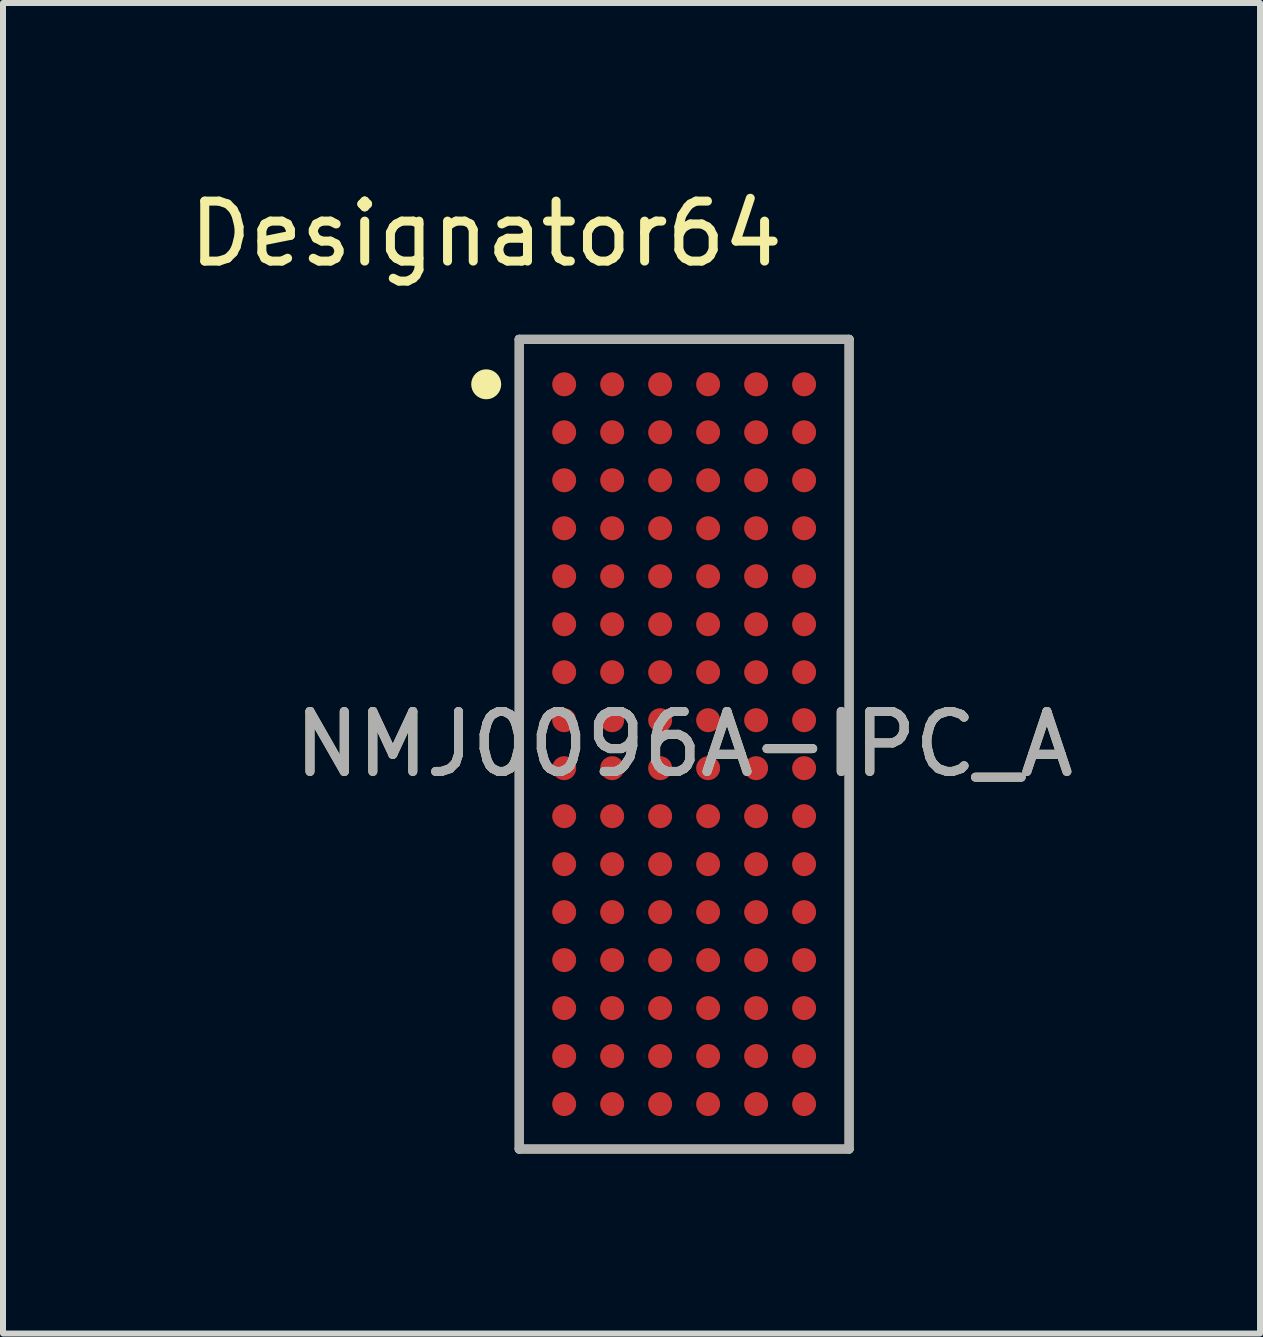
<source format=kicad_pcb>
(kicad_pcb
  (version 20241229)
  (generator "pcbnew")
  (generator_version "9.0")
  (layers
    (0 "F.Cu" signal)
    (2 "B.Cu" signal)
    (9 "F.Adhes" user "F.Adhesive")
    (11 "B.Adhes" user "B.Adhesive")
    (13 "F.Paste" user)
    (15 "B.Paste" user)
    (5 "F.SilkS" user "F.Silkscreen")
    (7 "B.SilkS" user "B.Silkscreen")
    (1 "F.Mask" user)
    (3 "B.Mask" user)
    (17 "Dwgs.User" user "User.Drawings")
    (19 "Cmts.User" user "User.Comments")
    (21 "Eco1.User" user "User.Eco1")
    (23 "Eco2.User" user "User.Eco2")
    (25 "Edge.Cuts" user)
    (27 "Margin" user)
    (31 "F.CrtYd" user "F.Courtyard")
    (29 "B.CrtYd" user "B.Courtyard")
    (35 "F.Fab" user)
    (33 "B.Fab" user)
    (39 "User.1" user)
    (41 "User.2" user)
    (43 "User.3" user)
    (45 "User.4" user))
  (footprint "NMJ0096A-IPC_A"
    (layer "F.Cu")
    (at 8.356 9.357)
    (property "Reference" "NMJ0096A-IPC_A" (at 0 0 0) (unlocked yes) (layer "F.SilkS") (effects (font (size 1 1) (thickness 0.15))))
    (attr smd)
    (fp_line (start -2.75 -6.75) (end 2.75 -6.75) (stroke (width 0.15) (type solid)) (layer "F.SilkS"))
    (fp_line (start -2.75 6.75) (end -2.75 -6.75) (stroke (width 0.15) (type solid)) (layer "F.SilkS"))
    (fp_line (start -2.75 6.75) (end 2.75 6.75) (stroke (width 0.15) (type solid)) (layer "F.SilkS"))
    (fp_line (start 2.75 6.75) (end 2.75 -6.75) (stroke (width 0.15) (type solid)) (layer "F.SilkS"))
    (fp_circle (center -3.3 -6) (end -3.175 -6) (stroke (width 0.25) (type solid)) (fill no) (layer "F.SilkS"))
    (fp_line (start -2.75 -6.75) (end 2.75 -6.75) (stroke (width 0.15) (type solid)) (layer "F.Fab"))
    (fp_line (start -2.75 6.75) (end -2.75 -6.75) (stroke (width 0.15) (type solid)) (layer "F.Fab"))
    (fp_line (start -2.75 6.75) (end 2.75 6.75) (stroke (width 0.15) (type solid)) (layer "F.Fab"))
    (fp_line (start 2.75 6.75) (end 2.75 -6.75) (stroke (width 0.15) (type solid)) (layer "F.Fab"))
    (fp_text user "Designator64" (at -3.302 -8.509 0) (unlocked yes) (layer "F.SilkS") (effects (font (size 1 1) (thickness 0.15))))
    (fp_text user "${REFERENCE}" (at 0 0 0) (unlocked yes) (layer "F.Fab") (effects (font (size 1 1) (thickness 0.15))))
    (pad "A1" smd circle (at -2 -6) (size 0.4 0.4) (layers "F.Cu" "F.Mask" "F.Paste"))
    (pad "A2" smd circle (at -1.2 -6) (size 0.4 0.4) (layers "F.Cu" "F.Mask" "F.Paste"))
    (pad "A3" smd circle (at -0.4 -6) (size 0.4 0.4) (layers "F.Cu" "F.Mask" "F.Paste"))
    (pad "A4" smd circle (at 0.4 -6) (size 0.4 0.4) (layers "F.Cu" "F.Mask" "F.Paste"))
    (pad "A5" smd circle (at 1.2 -6) (size 0.4 0.4) (layers "F.Cu" "F.Mask" "F.Paste"))
    (pad "A6" smd circle (at 2 -6) (size 0.4 0.4) (layers "F.Cu" "F.Mask" "F.Paste"))
    (pad "B1" smd circle (at -2 -5.2) (size 0.4 0.4) (layers "F.Cu" "F.Mask" "F.Paste"))
    (pad "B2" smd circle (at -1.2 -5.2) (size 0.4 0.4) (layers "F.Cu" "F.Mask" "F.Paste"))
    (pad "B3" smd circle (at -0.4 -5.2) (size 0.4 0.4) (layers "F.Cu" "F.Mask" "F.Paste"))
    (pad "B4" smd circle (at 0.4 -5.2) (size 0.4 0.4) (layers "F.Cu" "F.Mask" "F.Paste"))
    (pad "B5" smd circle (at 1.2 -5.2) (size 0.4 0.4) (layers "F.Cu" "F.Mask" "F.Paste"))
    (pad "B6" smd circle (at 2 -5.2) (size 0.4 0.4) (layers "F.Cu" "F.Mask" "F.Paste"))
    (pad "C1" smd circle (at -2 -4.4) (size 0.4 0.4) (layers "F.Cu" "F.Mask" "F.Paste"))
    (pad "C2" smd circle (at -1.2 -4.4) (size 0.4 0.4) (layers "F.Cu" "F.Mask" "F.Paste"))
    (pad "C3" smd circle (at -0.4 -4.4) (size 0.4 0.4) (layers "F.Cu" "F.Mask" "F.Paste"))
    (pad "C4" smd circle (at 0.4 -4.4) (size 0.4 0.4) (layers "F.Cu" "F.Mask" "F.Paste"))
    (pad "C5" smd circle (at 1.2 -4.4) (size 0.4 0.4) (layers "F.Cu" "F.Mask" "F.Paste"))
    (pad "C6" smd circle (at 2 -4.4) (size 0.4 0.4) (layers "F.Cu" "F.Mask" "F.Paste"))
    (pad "D1" smd circle (at -2 -3.6) (size 0.4 0.4) (layers "F.Cu" "F.Mask" "F.Paste"))
    (pad "D2" smd circle (at -1.2 -3.6) (size 0.4 0.4) (layers "F.Cu" "F.Mask" "F.Paste"))
    (pad "D3" smd circle (at -0.4 -3.6) (size 0.4 0.4) (layers "F.Cu" "F.Mask" "F.Paste"))
    (pad "D4" smd circle (at 0.4 -3.6) (size 0.4 0.4) (layers "F.Cu" "F.Mask" "F.Paste"))
    (pad "D5" smd circle (at 1.2 -3.6) (size 0.4 0.4) (layers "F.Cu" "F.Mask" "F.Paste"))
    (pad "D6" smd circle (at 2 -3.6) (size 0.4 0.4) (layers "F.Cu" "F.Mask" "F.Paste"))
    (pad "E1" smd circle (at -2 -2.8) (size 0.4 0.4) (layers "F.Cu" "F.Mask" "F.Paste"))
    (pad "E2" smd circle (at -1.2 -2.8) (size 0.4 0.4) (layers "F.Cu" "F.Mask" "F.Paste"))
    (pad "E3" smd circle (at -0.4 -2.8) (size 0.4 0.4) (layers "F.Cu" "F.Mask" "F.Paste"))
    (pad "E4" smd circle (at 0.4 -2.8) (size 0.4 0.4) (layers "F.Cu" "F.Mask" "F.Paste"))
    (pad "E5" smd circle (at 1.2 -2.8) (size 0.4 0.4) (layers "F.Cu" "F.Mask" "F.Paste"))
    (pad "E6" smd circle (at 2 -2.8) (size 0.4 0.4) (layers "F.Cu" "F.Mask" "F.Paste"))
    (pad "F1" smd circle (at -2 -2) (size 0.4 0.4) (layers "F.Cu" "F.Mask" "F.Paste"))
    (pad "F2" smd circle (at -1.2 -2) (size 0.4 0.4) (layers "F.Cu" "F.Mask" "F.Paste"))
    (pad "F3" smd circle (at -0.4 -2) (size 0.4 0.4) (layers "F.Cu" "F.Mask" "F.Paste"))
    (pad "F4" smd circle (at 0.4 -2) (size 0.4 0.4) (layers "F.Cu" "F.Mask" "F.Paste"))
    (pad "F5" smd circle (at 1.2 -2) (size 0.4 0.4) (layers "F.Cu" "F.Mask" "F.Paste"))
    (pad "F6" smd circle (at 2 -2) (size 0.4 0.4) (layers "F.Cu" "F.Mask" "F.Paste"))
    (pad "G1" smd circle (at -2 -1.2) (size 0.4 0.4) (layers "F.Cu" "F.Mask" "F.Paste"))
    (pad "G2" smd circle (at -1.2 -1.2) (size 0.4 0.4) (layers "F.Cu" "F.Mask" "F.Paste"))
    (pad "G3" smd circle (at -0.4 -1.2) (size 0.4 0.4) (layers "F.Cu" "F.Mask" "F.Paste"))
    (pad "G4" smd circle (at 0.4 -1.2) (size 0.4 0.4) (layers "F.Cu" "F.Mask" "F.Paste"))
    (pad "G5" smd circle (at 1.2 -1.2) (size 0.4 0.4) (layers "F.Cu" "F.Mask" "F.Paste"))
    (pad "G6" smd circle (at 2 -1.2) (size 0.4 0.4) (layers "F.Cu" "F.Mask" "F.Paste"))
    (pad "H1" smd circle (at -2 -0.4) (size 0.4 0.4) (layers "F.Cu" "F.Mask" "F.Paste"))
    (pad "H2" smd circle (at -1.2 -0.4) (size 0.4 0.4) (layers "F.Cu" "F.Mask" "F.Paste"))
    (pad "H3" smd circle (at -0.4 -0.4) (size 0.4 0.4) (layers "F.Cu" "F.Mask" "F.Paste"))
    (pad "H4" smd circle (at 0.4 -0.4) (size 0.4 0.4) (layers "F.Cu" "F.Mask" "F.Paste"))
    (pad "H5" smd circle (at 1.2 -0.4) (size 0.4 0.4) (layers "F.Cu" "F.Mask" "F.Paste"))
    (pad "H6" smd circle (at 2 -0.4) (size 0.4 0.4) (layers "F.Cu" "F.Mask" "F.Paste"))
    (pad "J1" smd circle (at -2 0.4) (size 0.4 0.4) (layers "F.Cu" "F.Mask" "F.Paste"))
    (pad "J2" smd circle (at -1.2 0.4) (size 0.4 0.4) (layers "F.Cu" "F.Mask" "F.Paste"))
    (pad "J3" smd circle (at -0.4 0.4) (size 0.4 0.4) (layers "F.Cu" "F.Mask" "F.Paste"))
    (pad "J4" smd circle (at 0.4 0.4) (size 0.4 0.4) (layers "F.Cu" "F.Mask" "F.Paste"))
    (pad "J5" smd circle (at 1.2 0.4) (size 0.4 0.4) (layers "F.Cu" "F.Mask" "F.Paste"))
    (pad "J6" smd circle (at 2 0.4) (size 0.4 0.4) (layers "F.Cu" "F.Mask" "F.Paste"))
    (pad "K1" smd circle (at -2 1.2) (size 0.4 0.4) (layers "F.Cu" "F.Mask" "F.Paste"))
    (pad "K2" smd circle (at -1.2 1.2) (size 0.4 0.4) (layers "F.Cu" "F.Mask" "F.Paste"))
    (pad "K3" smd circle (at -0.4 1.2) (size 0.4 0.4) (layers "F.Cu" "F.Mask" "F.Paste"))
    (pad "K4" smd circle (at 0.4 1.2) (size 0.4 0.4) (layers "F.Cu" "F.Mask" "F.Paste"))
    (pad "K5" smd circle (at 1.2 1.2) (size 0.4 0.4) (layers "F.Cu" "F.Mask" "F.Paste"))
    (pad "K6" smd circle (at 2 1.2) (size 0.4 0.4) (layers "F.Cu" "F.Mask" "F.Paste"))
    (pad "L1" smd circle (at -2 2) (size 0.4 0.4) (layers "F.Cu" "F.Mask" "F.Paste"))
    (pad "L2" smd circle (at -1.2 2) (size 0.4 0.4) (layers "F.Cu" "F.Mask" "F.Paste"))
    (pad "L3" smd circle (at -0.4 2) (size 0.4 0.4) (layers "F.Cu" "F.Mask" "F.Paste"))
    (pad "L4" smd circle (at 0.4 2) (size 0.4 0.4) (layers "F.Cu" "F.Mask" "F.Paste"))
    (pad "L5" smd circle (at 1.2 2) (size 0.4 0.4) (layers "F.Cu" "F.Mask" "F.Paste"))
    (pad "L6" smd circle (at 2 2) (size 0.4 0.4) (layers "F.Cu" "F.Mask" "F.Paste"))
    (pad "M1" smd circle (at -2 2.8) (size 0.4 0.4) (layers "F.Cu" "F.Mask" "F.Paste"))
    (pad "M2" smd circle (at -1.2 2.8) (size 0.4 0.4) (layers "F.Cu" "F.Mask" "F.Paste"))
    (pad "M3" smd circle (at -0.4 2.8) (size 0.4 0.4) (layers "F.Cu" "F.Mask" "F.Paste"))
    (pad "M4" smd circle (at 0.4 2.8) (size 0.4 0.4) (layers "F.Cu" "F.Mask" "F.Paste"))
    (pad "M5" smd circle (at 1.2 2.8) (size 0.4 0.4) (layers "F.Cu" "F.Mask" "F.Paste"))
    (pad "M6" smd circle (at 2 2.8) (size 0.4 0.4) (layers "F.Cu" "F.Mask" "F.Paste"))
    (pad "N1" smd circle (at -2 3.6) (size 0.4 0.4) (layers "F.Cu" "F.Mask" "F.Paste"))
    (pad "N2" smd circle (at -1.2 3.6) (size 0.4 0.4) (layers "F.Cu" "F.Mask" "F.Paste"))
    (pad "N3" smd circle (at -0.4 3.6) (size 0.4 0.4) (layers "F.Cu" "F.Mask" "F.Paste"))
    (pad "N4" smd circle (at 0.4 3.6) (size 0.4 0.4) (layers "F.Cu" "F.Mask" "F.Paste"))
    (pad "N5" smd circle (at 1.2 3.6) (size 0.4 0.4) (layers "F.Cu" "F.Mask" "F.Paste"))
    (pad "N6" smd circle (at 2 3.6) (size 0.4 0.4) (layers "F.Cu" "F.Mask" "F.Paste"))
    (pad "P1" smd circle (at -2 4.4) (size 0.4 0.4) (layers "F.Cu" "F.Mask" "F.Paste"))
    (pad "P2" smd circle (at -1.2 4.4) (size 0.4 0.4) (layers "F.Cu" "F.Mask" "F.Paste"))
    (pad "P3" smd circle (at -0.4 4.4) (size 0.4 0.4) (layers "F.Cu" "F.Mask" "F.Paste"))
    (pad "P4" smd circle (at 0.4 4.4) (size 0.4 0.4) (layers "F.Cu" "F.Mask" "F.Paste"))
    (pad "P5" smd circle (at 1.2 4.4) (size 0.4 0.4) (layers "F.Cu" "F.Mask" "F.Paste"))
    (pad "P6" smd circle (at 2 4.4) (size 0.4 0.4) (layers "F.Cu" "F.Mask" "F.Paste"))
    (pad "R1" smd circle (at -2 5.2) (size 0.4 0.4) (layers "F.Cu" "F.Mask" "F.Paste"))
    (pad "R2" smd circle (at -1.2 5.2) (size 0.4 0.4) (layers "F.Cu" "F.Mask" "F.Paste"))
    (pad "R3" smd circle (at -0.4 5.2) (size 0.4 0.4) (layers "F.Cu" "F.Mask" "F.Paste"))
    (pad "R4" smd circle (at 0.4 5.2) (size 0.4 0.4) (layers "F.Cu" "F.Mask" "F.Paste"))
    (pad "R5" smd circle (at 1.2 5.2) (size 0.4 0.4) (layers "F.Cu" "F.Mask" "F.Paste"))
    (pad "R6" smd circle (at 2 5.2) (size 0.4 0.4) (layers "F.Cu" "F.Mask" "F.Paste"))
    (pad "T1" smd circle (at -2 6) (size 0.4 0.4) (layers "F.Cu" "F.Mask" "F.Paste"))
    (pad "T2" smd circle (at -1.2 6) (size 0.4 0.4) (layers "F.Cu" "F.Mask" "F.Paste"))
    (pad "T3" smd circle (at -0.4 6) (size 0.4 0.4) (layers "F.Cu" "F.Mask" "F.Paste"))
    (pad "T4" smd circle (at 0.4 6) (size 0.4 0.4) (layers "F.Cu" "F.Mask" "F.Paste"))
    (pad "T5" smd circle (at 1.2 6) (size 0.4 0.4) (layers "F.Cu" "F.Mask" "F.Paste"))
    (pad "T6" smd circle (at 2 6) (size 0.4 0.4) (layers "F.Cu" "F.Mask" "F.Paste")))
  (gr_rect
    (start -3 -3)
    (end 17.957 19.182)
    (stroke (width 0.1) (type default))
    (fill no)
    (layer "Edge.Cuts")))
</source>
